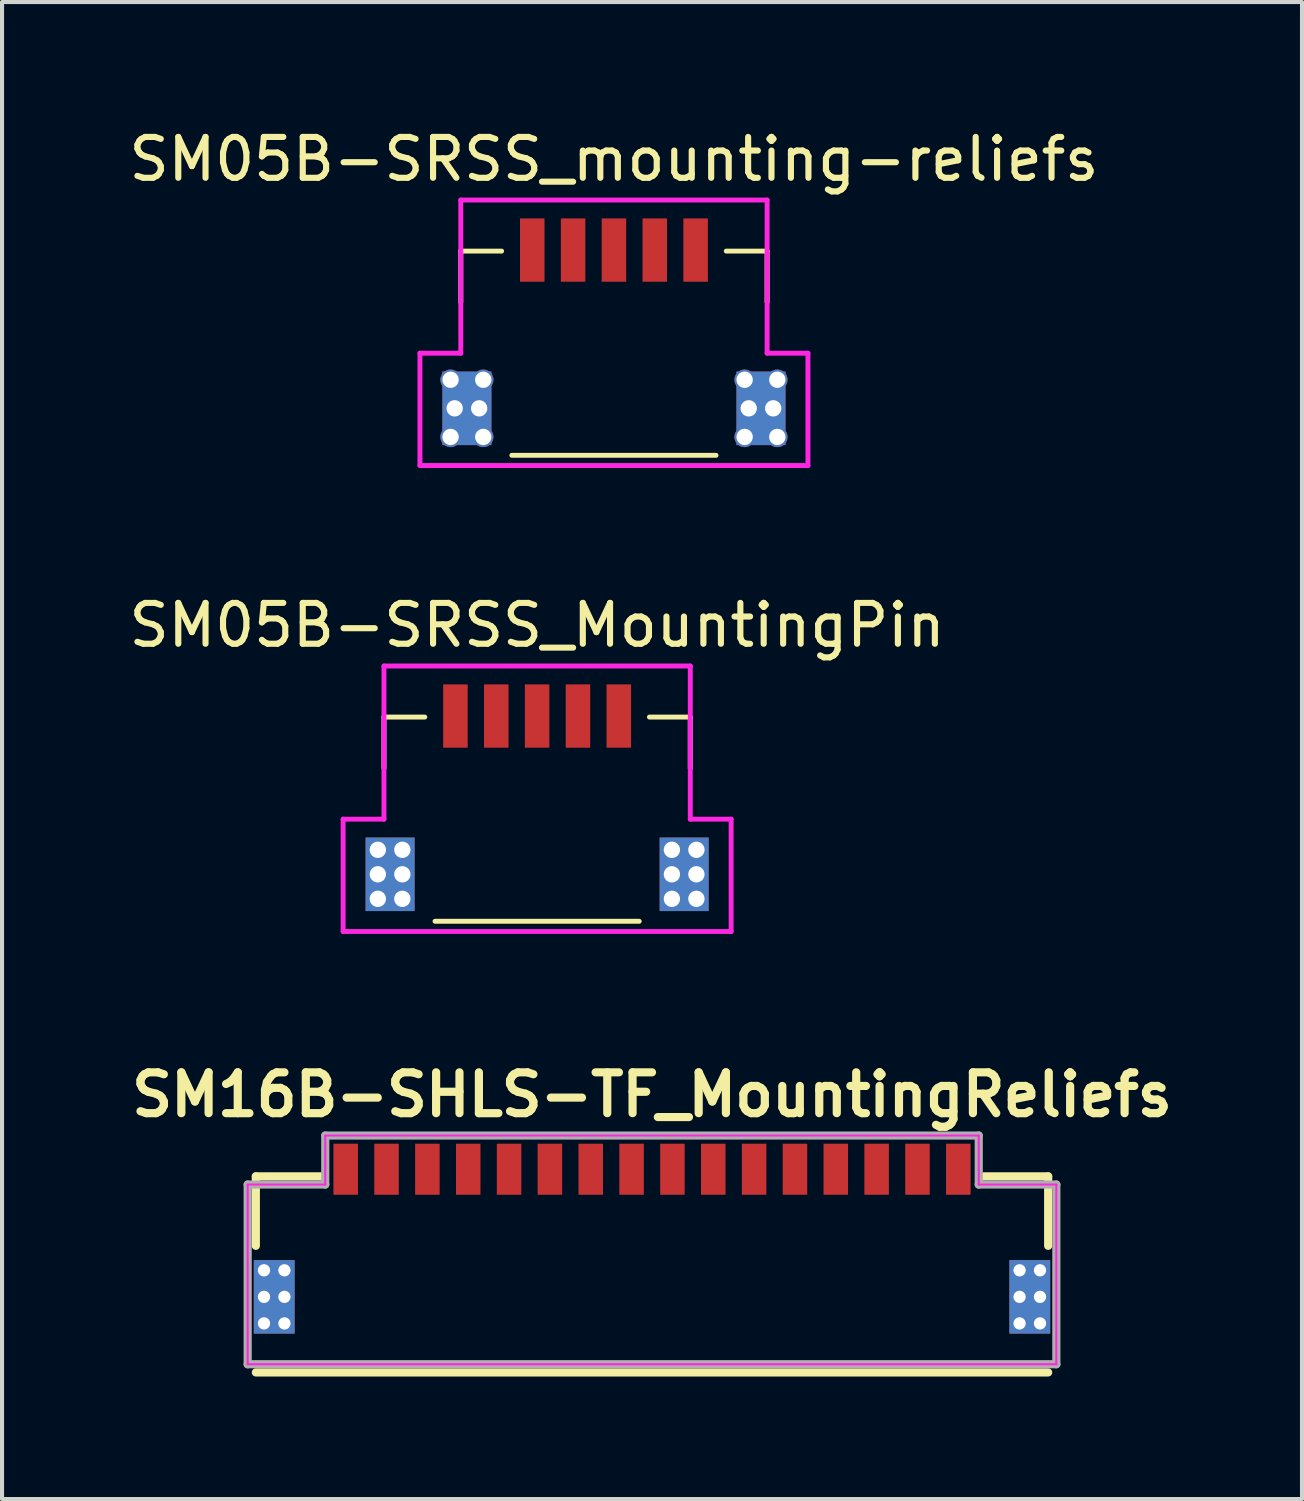
<source format=kicad_pcb>
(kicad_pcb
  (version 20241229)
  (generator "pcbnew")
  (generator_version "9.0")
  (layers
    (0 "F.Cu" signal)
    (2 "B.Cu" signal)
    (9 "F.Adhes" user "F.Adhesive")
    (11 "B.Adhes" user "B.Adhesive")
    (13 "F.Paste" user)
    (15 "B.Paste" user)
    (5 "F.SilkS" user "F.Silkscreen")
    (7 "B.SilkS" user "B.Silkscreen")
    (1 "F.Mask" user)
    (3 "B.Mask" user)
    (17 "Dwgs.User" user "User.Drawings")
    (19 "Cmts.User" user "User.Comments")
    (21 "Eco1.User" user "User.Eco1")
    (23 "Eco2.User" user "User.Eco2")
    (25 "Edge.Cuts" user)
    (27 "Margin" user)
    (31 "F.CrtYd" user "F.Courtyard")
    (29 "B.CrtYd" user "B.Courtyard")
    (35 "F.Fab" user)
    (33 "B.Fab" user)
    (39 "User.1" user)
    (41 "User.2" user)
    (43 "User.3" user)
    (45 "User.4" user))
  (footprint "SM05B-SRSS_MountingPin"
    (layer "F.Cu")
    (at 10.101 15.257)
    (property "Reference" "SM05B-SRSS_MountingPin" (at 0 -3 0) (layer "F.SilkS") (effects (font (size 1 1) (thickness 0.15))))
    (attr through_hole)
    (fp_line (start -3.75 -0.75) (end -2.75 -0.75) (stroke (width 0.12) (type solid)) (layer "F.SilkS"))
    (fp_line (start -3.75 0.5) (end -3.75 -0.75) (stroke (width 0.12) (type solid)) (layer "F.SilkS"))
    (fp_line (start -2.5 4.25) (end 2.5 4.25) (stroke (width 0.12) (type solid)) (layer "F.SilkS"))
    (fp_line (start 3.75 -0.75) (end 2.75 -0.75) (stroke (width 0.12) (type solid)) (layer "F.SilkS"))
    (fp_line (start 3.75 0.5) (end 3.75 -0.75) (stroke (width 0.12) (type solid)) (layer "F.SilkS"))
    (fp_line (start -4.75 1.75) (end -3.75 1.75) (stroke (width 0.12) (type solid)) (layer "F.CrtYd"))
    (fp_line (start -4.75 4.5) (end -4.75 1.75) (stroke (width 0.12) (type solid)) (layer "F.CrtYd"))
    (fp_line (start -3.75 -2) (end 3.75 -2) (stroke (width 0.12) (type solid)) (layer "F.CrtYd"))
    (fp_line (start -3.75 1.75) (end -3.75 -2) (stroke (width 0.12) (type solid)) (layer "F.CrtYd"))
    (fp_line (start 3.75 -2) (end 3.75 1.75) (stroke (width 0.12) (type solid)) (layer "F.CrtYd"))
    (fp_line (start 3.75 1.75) (end 4.75 1.75) (stroke (width 0.12) (type solid)) (layer "F.CrtYd"))
    (fp_line (start 4.75 1.75) (end 4.75 4.5) (stroke (width 0.12) (type solid)) (layer "F.CrtYd"))
    (fp_line (start 4.75 4.5) (end -4.75 4.5) (stroke (width 0.12) (type solid)) (layer "F.CrtYd"))
    (pad "1" smd rect (at 2 -0.775) (size 0.6 1.55) (layers "F.Cu" "F.Mask" "F.Paste"))
    (pad "2" smd rect (at 1 -0.775) (size 0.6 1.55) (layers "F.Cu" "F.Mask" "F.Paste"))
    (pad "3" smd rect (at 0 -0.775) (size 0.6 1.55) (layers "F.Cu" "F.Mask" "F.Paste"))
    (pad "4" smd rect (at -1 -0.775) (size 0.6 1.55) (layers "F.Cu" "F.Mask" "F.Paste"))
    (pad "5" smd rect (at -2 -0.775) (size 0.6 1.55) (layers "F.Cu" "F.Mask" "F.Paste"))
    (pad "MP" thru_hole circle (at -3.9 2.5) (size 0.5 0.5) (drill 0.4) (layers "*.Cu" "F.Mask"))
    (pad "MP" thru_hole circle (at -3.9 3.1) (size 0.5 0.5) (drill 0.4) (layers "*.Cu" "F.Mask"))
    (pad "MP" thru_hole circle (at -3.9 3.7) (size 0.5 0.5) (drill 0.4) (layers "*.Cu" "F.Mask"))
    (pad "MP" smd rect (at -3.6 3.1) (size 1.2 1.8) (layers "F.Cu" "F.Mask" "F.Paste"))
    (pad "MP" smd rect (at -3.6 3.1) (size 1.2 1.8) (layers "B.Cu"))
    (pad "MP" thru_hole circle (at -3.3 2.5) (size 0.5 0.5) (drill 0.4) (layers "*.Cu" "F.Mask"))
    (pad "MP" thru_hole circle (at -3.3 3.1) (size 0.5 0.5) (drill 0.4) (layers "*.Cu" "F.Mask"))
    (pad "MP" thru_hole circle (at -3.3 3.7) (size 0.5 0.5) (drill 0.4) (layers "*.Cu" "F.Mask"))
    (pad "MP" thru_hole circle (at 3.3 2.5) (size 0.5 0.5) (drill 0.4) (layers "*.Cu" "F.Mask"))
    (pad "MP" thru_hole circle (at 3.3 3.1) (size 0.5 0.5) (drill 0.4) (layers "*.Cu" "F.Mask"))
    (pad "MP" thru_hole circle (at 3.3 3.7) (size 0.5 0.5) (drill 0.4) (layers "*.Cu" "F.Mask"))
    (pad "MP" smd rect (at 3.6 3.1) (size 1.2 1.8) (layers "F.Cu" "F.Mask" "F.Paste"))
    (pad "MP" smd rect (at 3.6 3.1) (size 1.2 1.8) (layers "B.Cu"))
    (pad "MP" thru_hole circle (at 3.9 2.5) (size 0.5 0.5) (drill 0.4) (layers "*.Cu" "F.Mask"))
    (pad "MP" thru_hole circle (at 3.9 3.1) (size 0.5 0.5) (drill 0.4) (layers "*.Cu" "F.Mask"))
    (pad "MP" thru_hole circle (at 3.9 3.7) (size 0.5 0.5) (drill 0.4) (layers "*.Cu" "F.Mask")))
  (footprint "SM16B-SHLS-TF_MountingReliefs"
    (layer "F.Cu")
    (at 12.914 24.953)
    (property "Reference" "SM16B-SHLS-TF_MountingReliefs" (at 0 -1.2 0) (unlocked yes) (layer "F.SilkS") (effects (font (size 1 1) (thickness 0.2))))
    (fp_line (start -9.7 0.8) (end -9.7 2.5) (stroke (width 0.2) (type solid)) (layer "F.SilkS"))
    (fp_line (start -8.1 0.8) (end -9.7 0.8) (stroke (width 0.2) (type solid)) (layer "F.SilkS"))
    (fp_line (start 9.7 0.8) (end 8.1 0.8) (stroke (width 0.2) (type solid)) (layer "F.SilkS"))
    (fp_line (start 9.7 0.8) (end 9.7 2.5) (stroke (width 0.2) (type solid)) (layer "F.SilkS"))
    (fp_line (start 9.7 5.6) (end -9.7 5.6) (stroke (width 0.2) (type solid)) (layer "F.SilkS"))
    (fp_line (start -9.9 1) (end -8 1) (stroke (width 0.05) (type solid)) (layer "F.CrtYd"))
    (fp_line (start -9.9 5.4) (end -9.9 1) (stroke (width 0.05) (type solid)) (layer "F.CrtYd"))
    (fp_line (start -8 -0.2) (end 8 -0.2) (stroke (width 0.05) (type solid)) (layer "F.CrtYd"))
    (fp_line (start -8 1) (end -8 -0.2) (stroke (width 0.05) (type solid)) (layer "F.CrtYd"))
    (fp_line (start 8 -0.2) (end 8 1) (stroke (width 0.05) (type solid)) (layer "F.CrtYd"))
    (fp_line (start 8 1) (end 9.9 1) (stroke (width 0.05) (type solid)) (layer "F.CrtYd"))
    (fp_line (start 9.9 1) (end 9.9 5.4) (stroke (width 0.05) (type solid)) (layer "F.CrtYd"))
    (fp_line (start 9.9 5.4) (end -9.9 5.4) (stroke (width 0.05) (type solid)) (layer "F.CrtYd"))
    (fp_line (start -9.9 1) (end -9.9 5.4) (stroke (width 0.2) (type solid)) (layer "F.Fab"))
    (fp_line (start -9.9 1) (end -8 1) (stroke (width 0.2) (type solid)) (layer "F.Fab"))
    (fp_line (start -9.9 5.4) (end 9.9 5.4) (stroke (width 0.2) (type solid)) (layer "F.Fab"))
    (fp_line (start -8 1) (end -8 -0.2) (stroke (width 0.2) (type solid)) (layer "F.Fab"))
    (fp_line (start 8 -0.2) (end -8 -0.2) (stroke (width 0.2) (type solid)) (layer "F.Fab"))
    (fp_line (start 8 -0.2) (end 8 1) (stroke (width 0.2) (type solid)) (layer "F.Fab"))
    (fp_line (start 9.9 1) (end 8 1) (stroke (width 0.2) (type solid)) (layer "F.Fab"))
    (fp_line (start 9.9 1) (end 9.9 5.4) (stroke (width 0.2) (type solid)) (layer "F.Fab"))
    (pad "1" smd rect (at 7.5 0.625) (size 0.6 1.25) (layers "F.Cu" "F.Mask" "F.Paste"))
    (pad "2" smd rect (at 6.5 0.625) (size 0.6 1.25) (layers "F.Cu" "F.Mask" "F.Paste"))
    (pad "3" smd rect (at 5.5 0.625) (size 0.6 1.25) (layers "F.Cu" "F.Mask" "F.Paste"))
    (pad "4" smd rect (at 4.5 0.625) (size 0.6 1.25) (layers "F.Cu" "F.Mask" "F.Paste"))
    (pad "5" smd rect (at 3.5 0.625) (size 0.6 1.25) (layers "F.Cu" "F.Mask" "F.Paste"))
    (pad "6" smd rect (at 2.5 0.625) (size 0.6 1.25) (layers "F.Cu" "F.Mask" "F.Paste"))
    (pad "7" smd rect (at 1.5 0.625) (size 0.6 1.25) (layers "F.Cu" "F.Mask" "F.Paste"))
    (pad "8" smd rect (at 0.5 0.625) (size 0.6 1.25) (layers "F.Cu" "F.Mask" "F.Paste"))
    (pad "9" smd rect (at -0.5 0.625) (size 0.6 1.25) (layers "F.Cu" "F.Mask" "F.Paste"))
    (pad "10" smd rect (at -1.5 0.625) (size 0.6 1.25) (layers "F.Cu" "F.Mask" "F.Paste"))
    (pad "11" smd rect (at -2.5 0.625) (size 0.6 1.25) (layers "F.Cu" "F.Mask" "F.Paste"))
    (pad "12" smd rect (at -3.5 0.625) (size 0.6 1.25) (layers "F.Cu" "F.Mask" "F.Paste"))
    (pad "13" smd rect (at -4.5 0.625) (size 0.6 1.25) (layers "F.Cu" "F.Mask" "F.Paste"))
    (pad "14" smd rect (at -5.5 0.625) (size 0.6 1.25) (layers "F.Cu" "F.Mask" "F.Paste"))
    (pad "15" smd rect (at -6.5 0.625) (size 0.6 1.25) (layers "F.Cu" "F.Mask" "F.Paste"))
    (pad "16" smd rect (at -7.5 0.625) (size 0.6 1.25) (layers "F.Cu" "F.Mask" "F.Paste"))
    (pad "MP" thru_hole circle (at -9.5 3.1) (size 0.4 0.4) (drill 0.3) (layers "*.Cu" "F.Mask"))
    (pad "MP" thru_hole circle (at -9.5 3.75) (size 0.4 0.4) (drill 0.3) (layers "*.Cu" "F.Mask"))
    (pad "MP" thru_hole circle (at -9.5 4.4) (size 0.4 0.4) (drill 0.3) (layers "*.Cu" "F.Mask"))
    (pad "MP" smd rect (at -9.25 3.75) (size 1 1.8) (layers "F.Cu" "F.Mask" "F.Paste"))
    (pad "MP" smd rect (at -9.25 3.75) (size 1 1.8) (layers "B.Cu"))
    (pad "MP" thru_hole circle (at -9 3.1) (size 0.4 0.4) (drill 0.3) (layers "*.Cu" "F.Mask"))
    (pad "MP" thru_hole circle (at -9 3.75) (size 0.4 0.4) (drill 0.3) (layers "*.Cu" "F.Mask"))
    (pad "MP" thru_hole circle (at -9 4.4) (size 0.4 0.4) (drill 0.3) (layers "*.Cu" "F.Mask"))
    (pad "MP" thru_hole circle (at 9 3.1) (size 0.4 0.4) (drill 0.3) (layers "*.Cu" "F.Mask"))
    (pad "MP" thru_hole circle (at 9 3.75) (size 0.4 0.4) (drill 0.3) (layers "*.Cu" "F.Mask"))
    (pad "MP" thru_hole circle (at 9 4.4) (size 0.4 0.4) (drill 0.3) (layers "*.Cu" "F.Mask"))
    (pad "MP" smd rect (at 9.25 3.75) (size 1 1.8) (layers "F.Cu" "F.Mask" "F.Paste"))
    (pad "MP" smd rect (at 9.25 3.75) (size 1 1.8) (layers "B.Cu"))
    (pad "MP" thru_hole circle (at 9.5 3.1) (size 0.4 0.4) (drill 0.3) (layers "*.Cu" "F.Mask"))
    (pad "MP" thru_hole circle (at 9.5 3.75) (size 0.4 0.4) (drill 0.3) (layers "*.Cu" "F.Mask"))
    (pad "MP" thru_hole circle (at 9.5 4.4) (size 0.4 0.4) (drill 0.3) (layers "*.Cu" "F.Mask")))
  (footprint "SM05B-SRSS_mounting-reliefs"
    (layer "F.Cu")
    (at 11.982 3.848)
    (property "Reference" "SM05B-SRSS_mounting-reliefs" (at 0 -3 0) (layer "F.SilkS") (effects (font (size 1 1) (thickness 0.15))))
    (attr through_hole)
    (fp_line (start -3.75 -0.75) (end -2.75 -0.75) (stroke (width 0.12) (type solid)) (layer "F.SilkS"))
    (fp_line (start -3.75 0.5) (end -3.75 -0.75) (stroke (width 0.12) (type solid)) (layer "F.SilkS"))
    (fp_line (start -2.5 4.25) (end 2.5 4.25) (stroke (width 0.12) (type solid)) (layer "F.SilkS"))
    (fp_line (start 3.75 -0.75) (end 2.75 -0.75) (stroke (width 0.12) (type solid)) (layer "F.SilkS"))
    (fp_line (start 3.75 0.5) (end 3.75 -0.75) (stroke (width 0.12) (type solid)) (layer "F.SilkS"))
    (fp_line (start -4.75 1.75) (end -3.75 1.75) (stroke (width 0.12) (type solid)) (layer "F.CrtYd"))
    (fp_line (start -4.75 4.5) (end -4.75 1.75) (stroke (width 0.12) (type solid)) (layer "F.CrtYd"))
    (fp_line (start -3.75 -2) (end 3.75 -2) (stroke (width 0.12) (type solid)) (layer "F.CrtYd"))
    (fp_line (start -3.75 1.75) (end -3.75 -2) (stroke (width 0.12) (type solid)) (layer "F.CrtYd"))
    (fp_line (start 3.75 -2) (end 3.75 1.75) (stroke (width 0.12) (type solid)) (layer "F.CrtYd"))
    (fp_line (start 3.75 1.75) (end 4.75 1.75) (stroke (width 0.12) (type solid)) (layer "F.CrtYd"))
    (fp_line (start 4.75 1.75) (end 4.75 4.5) (stroke (width 0.12) (type solid)) (layer "F.CrtYd"))
    (fp_line (start 4.75 4.5) (end -4.75 4.5) (stroke (width 0.12) (type solid)) (layer "F.CrtYd"))
    (pad "1" smd rect (at -2 -0.775) (size 0.6 1.55) (layers "F.Cu" "F.Mask" "F.Paste"))
    (pad "2" smd rect (at -1 -0.775) (size 0.6 1.55) (layers "F.Cu" "F.Mask" "F.Paste"))
    (pad "3" smd rect (at 0 -0.775) (size 0.6 1.55) (layers "F.Cu" "F.Mask" "F.Paste"))
    (pad "4" smd rect (at 1 -0.775) (size 0.6 1.55) (layers "F.Cu" "F.Mask" "F.Paste"))
    (pad "5" smd rect (at 2 -0.775) (size 0.6 1.55) (layers "F.Cu" "F.Mask" "F.Paste"))
    (pad "MP" thru_hole circle (at -4 2.4) (size 0.5 0.5) (drill 0.4) (layers "*.Cu" "F.Mask"))
    (pad "MP" thru_hole circle (at -4 3.8) (size 0.5 0.5) (drill 0.4) (layers "*.Cu" "F.Mask"))
    (pad "MP" thru_hole circle (at -3.9 3.1) (size 0.5 0.5) (drill 0.4) (layers "*.Cu" "F.Mask"))
    (pad "MP" smd rect (at -3.6 3.1) (size 1.2 1.8) (layers "F.Cu" "F.Mask" "F.Paste"))
    (pad "MP" smd rect (at -3.6 3.1) (size 1.2 1.8) (layers "B.Cu"))
    (pad "MP" thru_hole circle (at -3.3 3.1) (size 0.5 0.5) (drill 0.4) (layers "*.Cu" "F.Mask"))
    (pad "MP" thru_hole circle (at -3.2 2.4) (size 0.5 0.5) (drill 0.4) (layers "*.Cu" "F.Mask"))
    (pad "MP" thru_hole circle (at -3.2 3.8) (size 0.5 0.5) (drill 0.4) (layers "*.Cu" "F.Mask"))
    (pad "MP" thru_hole circle (at 3.2 2.4) (size 0.5 0.5) (drill 0.4) (layers "*.Cu" "F.Mask"))
    (pad "MP" thru_hole circle (at 3.2 3.8) (size 0.5 0.5) (drill 0.4) (layers "*.Cu" "F.Mask"))
    (pad "MP" thru_hole circle (at 3.3 3.1) (size 0.5 0.5) (drill 0.4) (layers "*.Cu" "F.Mask"))
    (pad "MP" smd rect (at 3.6 3.1) (size 1.2 1.8) (layers "F.Cu" "F.Mask" "F.Paste"))
    (pad "MP" smd rect (at 3.6 3.1) (size 1.2 1.8) (layers "B.Cu"))
    (pad "MP" thru_hole circle (at 3.9 3.1) (size 0.5 0.5) (drill 0.4) (layers "*.Cu" "F.Mask"))
    (pad "MP" thru_hole circle (at 4 2.4) (size 0.5 0.5) (drill 0.4) (layers "*.Cu" "F.Mask"))
    (pad "MP" thru_hole circle (at 4 3.8) (size 0.5 0.5) (drill 0.4) (layers "*.Cu" "F.Mask")))
  (gr_rect
    (start -3 -3)
    (end 28.829 33.653)
    (stroke (width 0.1) (type default))
    (fill no)
    (layer "Edge.Cuts")))
</source>
